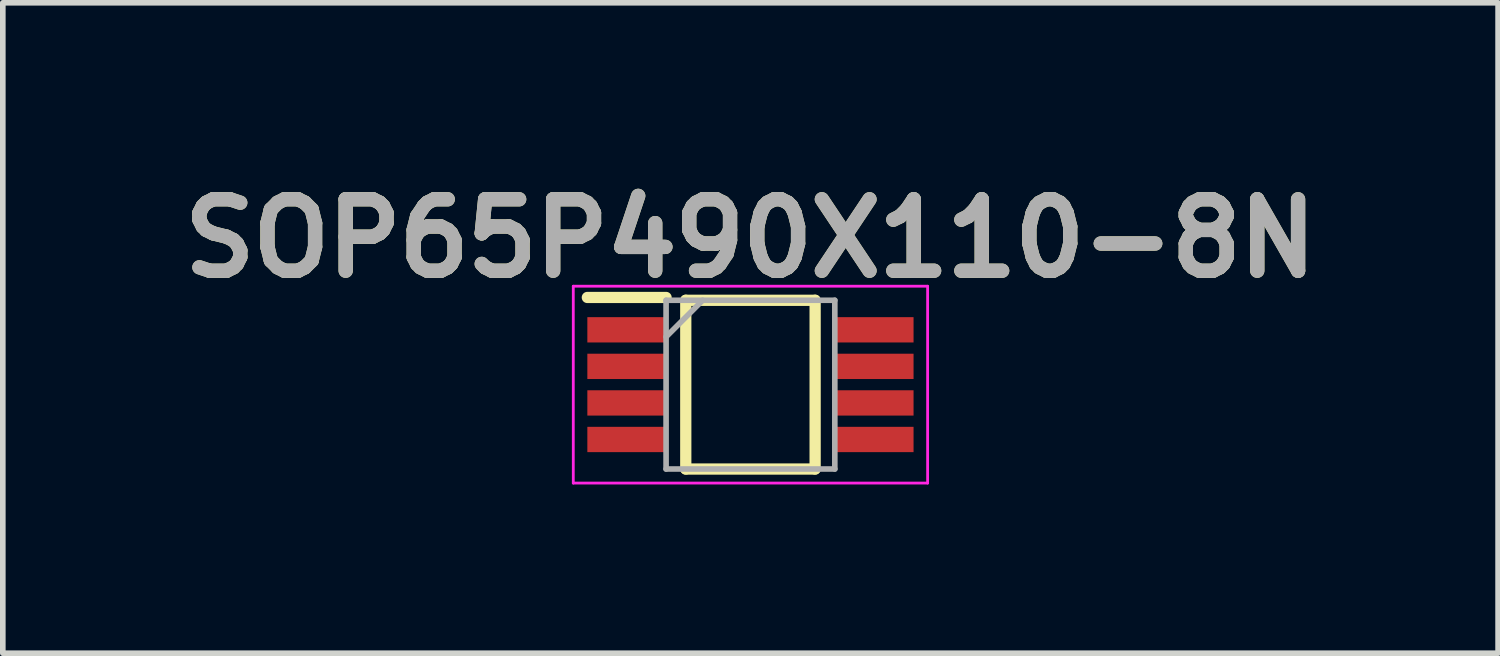
<source format=kicad_pcb>
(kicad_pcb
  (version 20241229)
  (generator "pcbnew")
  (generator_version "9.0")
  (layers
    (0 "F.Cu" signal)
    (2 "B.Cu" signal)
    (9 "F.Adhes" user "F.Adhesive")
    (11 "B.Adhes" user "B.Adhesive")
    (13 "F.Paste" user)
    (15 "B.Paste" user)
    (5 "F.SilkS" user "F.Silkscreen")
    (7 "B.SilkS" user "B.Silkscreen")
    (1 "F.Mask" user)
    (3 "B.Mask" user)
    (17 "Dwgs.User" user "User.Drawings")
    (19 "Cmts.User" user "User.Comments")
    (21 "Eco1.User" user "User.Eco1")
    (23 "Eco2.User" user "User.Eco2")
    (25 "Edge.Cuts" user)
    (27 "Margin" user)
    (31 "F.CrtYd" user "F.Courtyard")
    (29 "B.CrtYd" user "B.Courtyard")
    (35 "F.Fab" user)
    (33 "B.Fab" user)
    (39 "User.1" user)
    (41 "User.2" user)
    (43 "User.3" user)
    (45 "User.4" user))
  (footprint "SOP65P490X110-8N"
    (layer "F.Cu")
    (at 10.293 3.789)
    (property "Reference" "SOP65P490X110-8N" (at 0 -2.6 0) (layer "F.SilkS") (effects (font (size 1.27 1.27) (thickness 0.254))))
    (attr smd)
    (fp_line (start -2.9 -1.55) (end -1.5 -1.55) (stroke (width 0.2) (type solid)) (layer "F.SilkS"))
    (fp_line (start -1.15 -1.5) (end 1.15 -1.5) (stroke (width 0.2) (type solid)) (layer "F.SilkS"))
    (fp_line (start -1.15 1.5) (end -1.15 -1.5) (stroke (width 0.2) (type solid)) (layer "F.SilkS"))
    (fp_line (start 1.15 -1.5) (end 1.15 1.5) (stroke (width 0.2) (type solid)) (layer "F.SilkS"))
    (fp_line (start 1.15 1.5) (end -1.15 1.5) (stroke (width 0.2) (type solid)) (layer "F.SilkS"))
    (fp_line (start -3.15 -1.75) (end 3.15 -1.75) (stroke (width 0.05) (type solid)) (layer "F.CrtYd"))
    (fp_line (start -3.15 1.75) (end -3.15 -1.75) (stroke (width 0.05) (type solid)) (layer "F.CrtYd"))
    (fp_line (start 3.15 -1.75) (end 3.15 1.75) (stroke (width 0.05) (type solid)) (layer "F.CrtYd"))
    (fp_line (start 3.15 1.75) (end -3.15 1.75) (stroke (width 0.05) (type solid)) (layer "F.CrtYd"))
    (fp_line (start -1.5 -1.5) (end 1.5 -1.5) (stroke (width 0.1) (type solid)) (layer "F.Fab"))
    (fp_line (start -1.5 -0.85) (end -0.85 -1.5) (stroke (width 0.1) (type solid)) (layer "F.Fab"))
    (fp_line (start -1.5 1.5) (end -1.5 -1.5) (stroke (width 0.1) (type solid)) (layer "F.Fab"))
    (fp_line (start 1.5 -1.5) (end 1.5 1.5) (stroke (width 0.1) (type solid)) (layer "F.Fab"))
    (fp_line (start 1.5 1.5) (end -1.5 1.5) (stroke (width 0.1) (type solid)) (layer "F.Fab"))
    (fp_text user "${REFERENCE}" (at 0 -2.6 0) (layer "F.Fab") (effects (font (size 1.27 1.27) (thickness 0.254))))
    (pad "1" smd rect (at -2.2 -0.975 90) (size 0.45 1.4) (layers "F.Cu" "F.Mask" "F.Paste"))
    (pad "2" smd rect (at -2.2 -0.325 90) (size 0.45 1.4) (layers "F.Cu" "F.Mask" "F.Paste"))
    (pad "3" smd rect (at -2.2 0.325 90) (size 0.45 1.4) (layers "F.Cu" "F.Mask" "F.Paste"))
    (pad "4" smd rect (at -2.2 0.975 90) (size 0.45 1.4) (layers "F.Cu" "F.Mask" "F.Paste"))
    (pad "5" smd rect (at 2.2 0.975 90) (size 0.45 1.4) (layers "F.Cu" "F.Mask" "F.Paste"))
    (pad "6" smd rect (at 2.2 0.325 90) (size 0.45 1.4) (layers "F.Cu" "F.Mask" "F.Paste"))
    (pad "7" smd rect (at 2.2 -0.325 90) (size 0.45 1.4) (layers "F.Cu" "F.Mask" "F.Paste"))
    (pad "8" smd rect (at 2.2 -0.975 90) (size 0.45 1.4) (layers "F.Cu" "F.Mask" "F.Paste")))
  (gr_rect
    (start -3 -3)
    (end 23.586 8.564)
    (stroke (width 0.1) (type default))
    (fill no)
    (layer "Edge.Cuts")))
</source>
